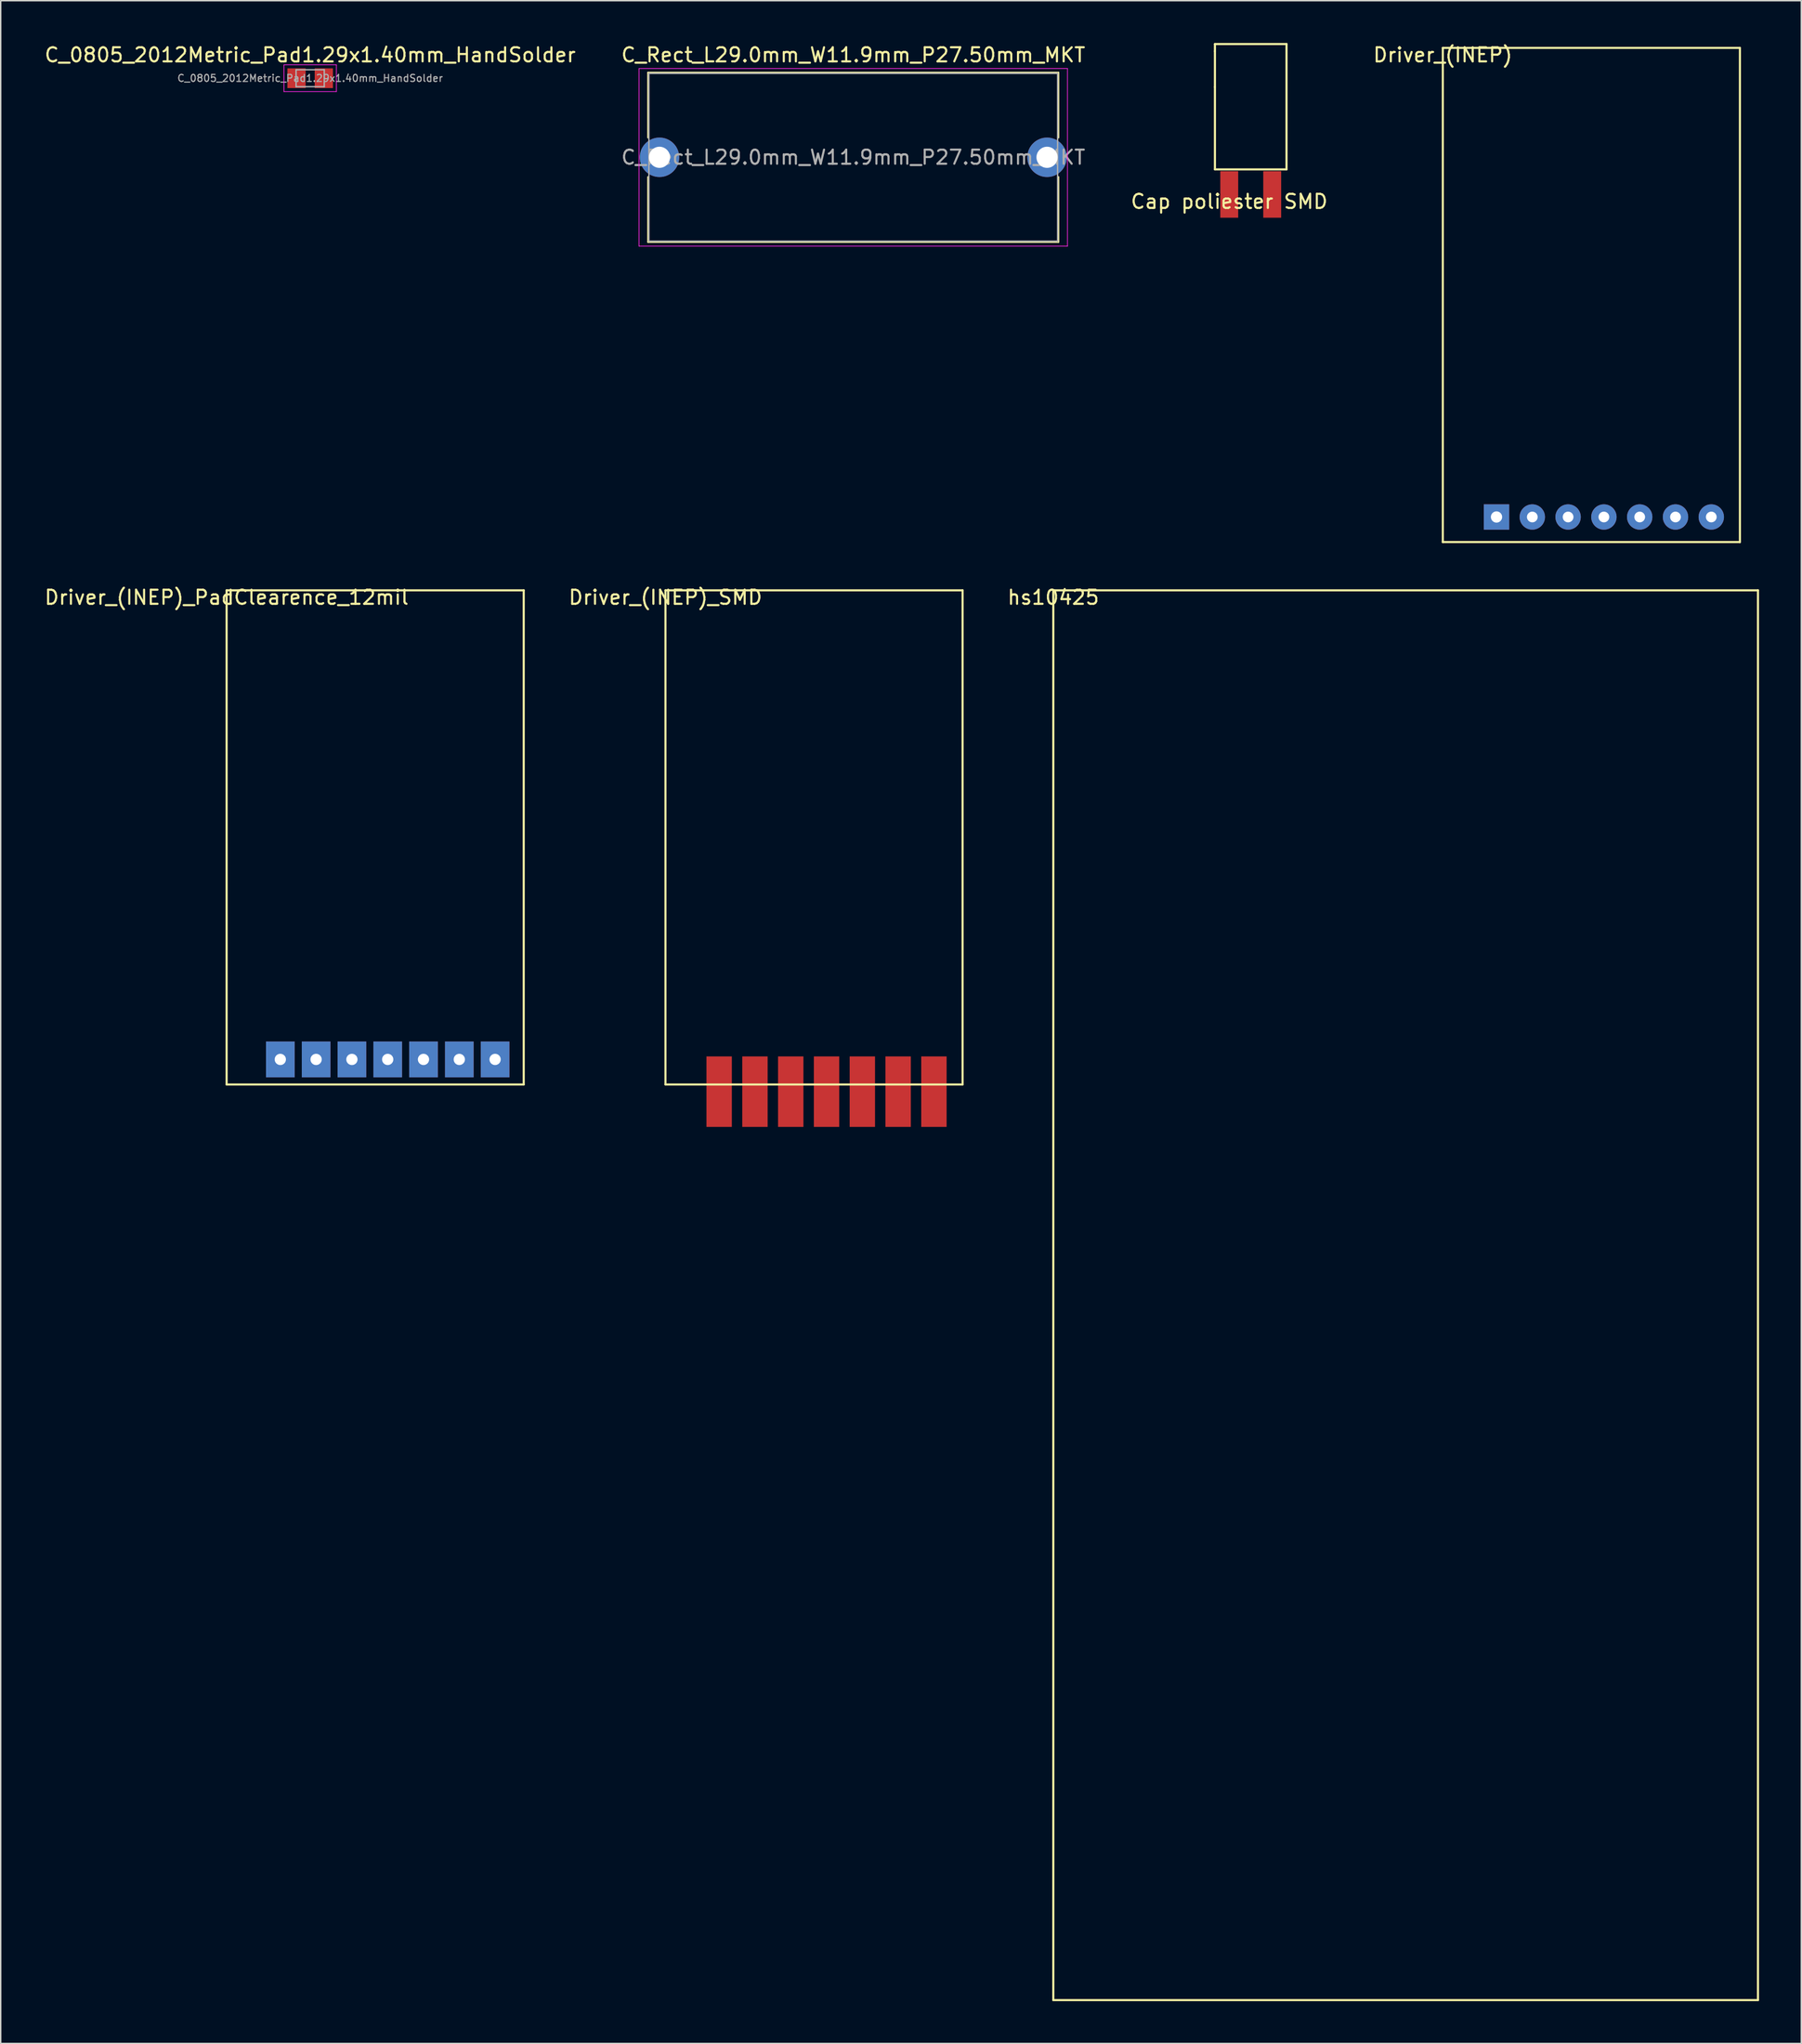
<source format=kicad_pcb>
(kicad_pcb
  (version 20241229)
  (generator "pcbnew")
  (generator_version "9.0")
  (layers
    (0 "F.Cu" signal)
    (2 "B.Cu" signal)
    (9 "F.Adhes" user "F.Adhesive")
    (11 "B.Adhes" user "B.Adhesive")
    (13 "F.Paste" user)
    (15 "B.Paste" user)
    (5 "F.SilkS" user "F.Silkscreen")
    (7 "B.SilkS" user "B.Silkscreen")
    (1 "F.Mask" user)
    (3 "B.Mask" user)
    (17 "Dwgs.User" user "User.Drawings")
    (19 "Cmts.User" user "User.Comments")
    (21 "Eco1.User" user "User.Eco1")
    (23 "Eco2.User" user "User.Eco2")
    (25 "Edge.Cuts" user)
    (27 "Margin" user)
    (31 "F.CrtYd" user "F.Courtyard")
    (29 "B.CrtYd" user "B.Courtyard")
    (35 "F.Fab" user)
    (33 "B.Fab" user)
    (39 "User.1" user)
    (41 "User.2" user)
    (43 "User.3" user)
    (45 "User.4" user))
  (footprint "hs10425"
    (layer "F.Cu")
    (at 71.689 38.824)
    (property "Reference" "hs10425" (at 0 0.5 0) (layer "F.SilkS") (effects (font (size 1 1) (thickness 0.15))))
    (attr through_hole)
    (fp_line (start 0 0) (end 0 100) (stroke (width 0.15) (type solid)) (layer "F.SilkS"))
    (fp_line (start 0 0) (end 50 0) (stroke (width 0.15) (type solid)) (layer "F.SilkS"))
    (fp_line (start 0 100) (end 50 100) (stroke (width 0.15) (type solid)) (layer "F.SilkS"))
    (fp_line (start 50 0) (end 50 100) (stroke (width 0.15) (type solid)) (layer "F.SilkS")))
  (footprint "Driver_(INEP)"
    (layer "F.Cu")
    (at 99.327 0.348)
    (property "Reference" "Driver_(INEP)" (at 0 0.5 0) (layer "F.SilkS") (effects (font (size 1 1) (thickness 0.15))))
    (attr through_hole)
    (fp_line (start 0 0) (end 0 35.052) (stroke (width 0.15) (type solid)) (layer "F.SilkS"))
    (fp_line (start 0 0) (end 21.082 0) (stroke (width 0.15) (type solid)) (layer "F.SilkS"))
    (fp_line (start 0 35.052) (end 21.082 35.052) (stroke (width 0.15) (type solid)) (layer "F.SilkS"))
    (fp_line (start 21.082 0) (end 21.082 35.052) (stroke (width 0.15) (type solid)) (layer "F.SilkS"))
    (pad "1" thru_hole rect (at 3.81 33.274 180) (size 1.8 1.8) (drill 0.8) (layers "*.Cu" "*.Mask"))
    (pad "2" thru_hole circle (at 6.35 33.274 180) (size 1.8 1.8) (drill 0.762) (layers "*.Cu" "*.Mask"))
    (pad "3" thru_hole circle (at 8.89 33.274 180) (size 1.8 1.8) (drill 0.762) (layers "*.Cu" "*.Mask"))
    (pad "4" thru_hole circle (at 11.43 33.274 180) (size 1.8 1.8) (drill 0.762) (layers "*.Cu" "*.Mask"))
    (pad "5" thru_hole circle (at 13.97 33.274 180) (size 1.8 1.8) (drill 0.762) (layers "*.Cu" "*.Mask"))
    (pad "6" thru_hole circle (at 16.51 33.274 180) (size 1.8 1.8) (drill 0.762) (layers "*.Cu" "*.Mask"))
    (pad "7" thru_hole circle (at 19.05 33.274 180) (size 1.8 1.8) (drill 0.762) (layers "*.Cu" "*.Mask")))
  (footprint "Cap poliester SMD"
    (layer "F.Cu")
    (at 84.173 10.743)
    (property "Reference" "Cap poliester SMD" (at 0 0.5 0) (layer "F.SilkS") (effects (font (size 1 1) (thickness 0.15))))
    (attr through_hole)
    (fp_line (start -1.016 -10.668) (end 4.064 -10.668) (stroke (width 0.15) (type solid)) (layer "F.SilkS"))
    (fp_line (start -1.016 -10.16) (end -1.016 -10.668) (stroke (width 0.15) (type solid)) (layer "F.SilkS"))
    (fp_line (start -1.016 -7.62) (end -1.016 -10.16) (stroke (width 0.15) (type solid)) (layer "F.SilkS"))
    (fp_line (start -1.016 -1.778) (end -1.016 -7.62) (stroke (width 0.15) (type solid)) (layer "F.SilkS"))
    (fp_line (start 4.064 -10.668) (end 4.064 -1.778) (stroke (width 0.15) (type solid)) (layer "F.SilkS"))
    (fp_line (start 4.064 -1.778) (end -1.016 -1.778) (stroke (width 0.15) (type solid)) (layer "F.SilkS"))
    (pad "1" smd rect (at 0 0) (size 1.27 3.302) (layers "F.Cu" "F.Mask" "F.Paste"))
    (pad "2" smd rect (at 3.048 0) (size 1.27 3.302) (layers "F.Cu" "F.Mask" "F.Paste")))
  (footprint "Driver_(INEP)_SMD"
    (layer "F.Cu")
    (at 44.169 38.824)
    (property "Reference" "Driver_(INEP)_SMD" (at 0 0.5 0) (layer "F.SilkS") (effects (font (size 1 1) (thickness 0.15))))
    (attr through_hole)
    (fp_line (start 0 0) (end 0 35.052) (stroke (width 0.15) (type solid)) (layer "F.SilkS"))
    (fp_line (start 0 0) (end 21.082 0) (stroke (width 0.15) (type solid)) (layer "F.SilkS"))
    (fp_line (start 0 35.052) (end 21.082 35.052) (stroke (width 0.15) (type solid)) (layer "F.SilkS"))
    (fp_line (start 21.082 0) (end 21.082 35.052) (stroke (width 0.15) (type solid)) (layer "F.SilkS"))
    (pad "1" smd rect (at 3.81 35.56 180) (size 1.8 5) (layers "F.Cu" "F.Mask" "F.Paste"))
    (pad "2" smd rect (at 6.35 35.56 180) (size 1.8 5) (layers "F.Cu" "F.Mask" "F.Paste"))
    (pad "3" smd rect (at 8.89 35.56 180) (size 1.8 5) (layers "F.Cu" "F.Mask" "F.Paste"))
    (pad "4" smd rect (at 11.43 35.56 180) (size 1.8 5) (layers "F.Cu" "F.Mask" "F.Paste"))
    (pad "5" smd rect (at 13.97 35.56 180) (size 1.8 5) (layers "F.Cu" "F.Mask" "F.Paste"))
    (pad "6" smd rect (at 16.51 35.56 180) (size 1.8 5) (layers "F.Cu" "F.Mask" "F.Paste"))
    (pad "7" smd rect (at 19.05 35.56 180) (size 1.8 5) (layers "F.Cu" "F.Mask" "F.Paste")))
  (footprint "Driver_(INEP)_PadClearence_12mil"
    (layer "F.Cu")
    (at 13.03 38.824)
    (property "Reference" "Driver_(INEP)_PadClearence_12mil" (at 0 0.5 0) (layer "F.SilkS") (effects (font (size 1 1) (thickness 0.15))))
    (attr through_hole)
    (fp_line (start 0 0) (end 0 35.052) (stroke (width 0.15) (type solid)) (layer "F.SilkS"))
    (fp_line (start 0 0) (end 21.082 0) (stroke (width 0.15) (type solid)) (layer "F.SilkS"))
    (fp_line (start 0 35.052) (end 21.082 35.052) (stroke (width 0.15) (type solid)) (layer "F.SilkS"))
    (fp_line (start 21.082 0) (end 21.082 35.052) (stroke (width 0.15) (type solid)) (layer "F.SilkS"))
    (pad "1" thru_hole rect (at 3.81 33.274 180) (size 2.032 2.54) (drill 0.8) (layers "*.Cu" "*.Mask"))
    (pad "2" thru_hole rect (at 6.35 33.274 180) (size 2.032 2.54) (drill 0.8) (layers "*.Cu" "*.Mask"))
    (pad "3" thru_hole rect (at 8.89 33.274 180) (size 2.032 2.54) (drill 0.8) (layers "*.Cu" "*.Mask"))
    (pad "4" thru_hole rect (at 11.43 33.274 180) (size 2.032 2.54) (drill 0.8) (layers "*.Cu" "*.Mask"))
    (pad "5" thru_hole rect (at 13.97 33.274 180) (size 2.032 2.54) (drill 0.8) (layers "*.Cu" "*.Mask"))
    (pad "6" thru_hole rect (at 16.51 33.274 180) (size 2.032 2.54) (drill 0.8) (layers "*.Cu" "*.Mask"))
    (pad "7" thru_hole rect (at 19.05 33.274 180) (size 2.032 2.54) (drill 0.8) (layers "*.Cu" "*.Mask")))
  (footprint "C_Rect_L29.0mm_W11.9mm_P27.50mm_MKT"
    (layer "F.Cu")
    (at 43.744 8.108)
    (property "Reference" "C_Rect_L29.0mm_W11.9mm_P27.50mm_MKT" (at 13.75 -7.26 0) (layer "F.SilkS") (effects (font (size 1 1) (thickness 0.15))))
    (attr through_hole)
    (fp_line (start -0.81 -6.01) (end -0.81 -1.395) (stroke (width 0.12) (type solid)) (layer "F.SilkS"))
    (fp_line (start -0.81 -6.01) (end 28.31 -6.01) (stroke (width 0.12) (type solid)) (layer "F.SilkS"))
    (fp_line (start -0.81 1.395) (end -0.81 6.01) (stroke (width 0.12) (type solid)) (layer "F.SilkS"))
    (fp_line (start -0.81 6.01) (end 28.31 6.01) (stroke (width 0.12) (type solid)) (layer "F.SilkS"))
    (fp_line (start 28.31 -6.01) (end 28.31 -1.395) (stroke (width 0.12) (type solid)) (layer "F.SilkS"))
    (fp_line (start 28.31 1.395) (end 28.31 6.01) (stroke (width 0.12) (type solid)) (layer "F.SilkS"))
    (fp_line (start -1.45 -6.3) (end -1.45 6.3) (stroke (width 0.05) (type solid)) (layer "F.CrtYd"))
    (fp_line (start -1.45 6.3) (end 28.95 6.3) (stroke (width 0.05) (type solid)) (layer "F.CrtYd"))
    (fp_line (start 28.95 -6.3) (end -1.45 -6.3) (stroke (width 0.05) (type solid)) (layer "F.CrtYd"))
    (fp_line (start 28.95 6.3) (end 28.95 -6.3) (stroke (width 0.05) (type solid)) (layer "F.CrtYd"))
    (fp_line (start -0.75 -5.95) (end -0.75 5.95) (stroke (width 0.1) (type solid)) (layer "F.Fab"))
    (fp_line (start -0.75 5.95) (end 28.25 5.95) (stroke (width 0.1) (type solid)) (layer "F.Fab"))
    (fp_line (start 28.25 -5.95) (end -0.75 -5.95) (stroke (width 0.1) (type solid)) (layer "F.Fab"))
    (fp_line (start 28.25 5.95) (end 28.25 -5.95) (stroke (width 0.1) (type solid)) (layer "F.Fab"))
    (fp_text user "${REFERENCE}" (at 13.75 0 0) (layer "F.Fab") (effects (font (size 1 1) (thickness 0.15))))
    (pad "1" thru_hole circle (at 0 0) (size 2.8 2.8) (drill 1.5) (layers "*.Cu" "*.Mask"))
    (pad "2" thru_hole circle (at 27.5 0) (size 2.8 2.8) (drill 1.5) (layers "*.Cu" "*.Mask")))
  (footprint "C_0805_2012Metric_Pad1.29x1.40mm_HandSolder"
    (layer "F.Cu")
    (at 18.958 2.498)
    (property "Reference" "C_0805_2012Metric_Pad1.29x1.40mm_HandSolder" (at 0 -1.65 0) (layer "F.SilkS") (effects (font (size 1 1) (thickness 0.15))))
    (attr smd)
    (fp_line (start -1.86 -0.95) (end 1.86 -0.95) (stroke (width 0.05) (type solid)) (layer "F.CrtYd"))
    (fp_line (start -1.86 0.95) (end -1.86 -0.95) (stroke (width 0.05) (type solid)) (layer "F.CrtYd"))
    (fp_line (start 1.86 -0.95) (end 1.86 0.95) (stroke (width 0.05) (type solid)) (layer "F.CrtYd"))
    (fp_line (start 1.86 0.95) (end -1.86 0.95) (stroke (width 0.05) (type solid)) (layer "F.CrtYd"))
    (fp_line (start -1 -0.6) (end 1 -0.6) (stroke (width 0.1) (type solid)) (layer "F.Fab"))
    (fp_line (start -1 0.6) (end -1 -0.6) (stroke (width 0.1) (type solid)) (layer "F.Fab"))
    (fp_line (start 1 -0.6) (end 1 0.6) (stroke (width 0.1) (type solid)) (layer "F.Fab"))
    (fp_line (start 1 0.6) (end -1 0.6) (stroke (width 0.1) (type solid)) (layer "F.Fab"))
    (fp_text user "${REFERENCE}" (at 0 0 0) (layer "F.Fab") (effects (font (size 0.5 0.5) (thickness 0.08))))
    (pad "1" smd rect (at -0.968 0) (size 1.295 1.4) (layers "F.Cu" "F.Mask" "F.Paste"))
    (pad "2" smd rect (at 0.968 0) (size 1.295 1.4) (layers "F.Cu" "F.Mask" "F.Paste")))
  (gr_rect
    (start -3 -3)
    (end 124.764 141.899)
    (stroke (width 0.1) (type default))
    (fill no)
    (layer "Edge.Cuts")))
</source>
